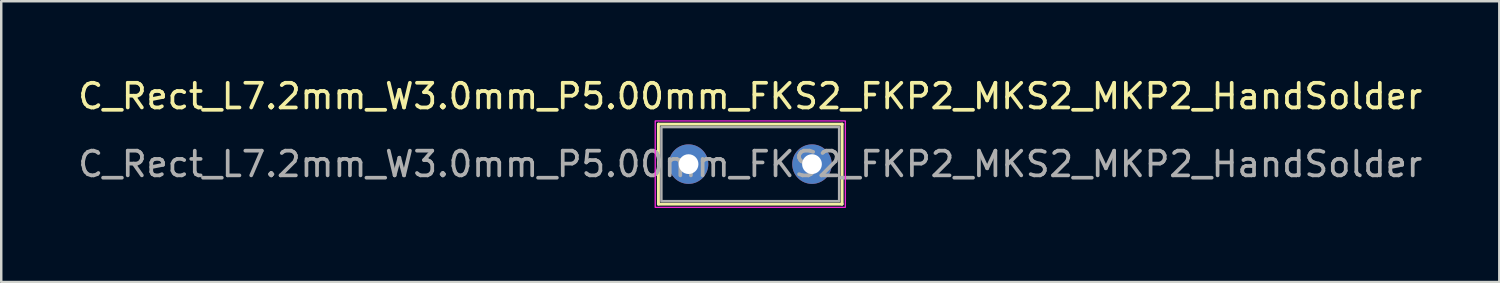
<source format=kicad_pcb>
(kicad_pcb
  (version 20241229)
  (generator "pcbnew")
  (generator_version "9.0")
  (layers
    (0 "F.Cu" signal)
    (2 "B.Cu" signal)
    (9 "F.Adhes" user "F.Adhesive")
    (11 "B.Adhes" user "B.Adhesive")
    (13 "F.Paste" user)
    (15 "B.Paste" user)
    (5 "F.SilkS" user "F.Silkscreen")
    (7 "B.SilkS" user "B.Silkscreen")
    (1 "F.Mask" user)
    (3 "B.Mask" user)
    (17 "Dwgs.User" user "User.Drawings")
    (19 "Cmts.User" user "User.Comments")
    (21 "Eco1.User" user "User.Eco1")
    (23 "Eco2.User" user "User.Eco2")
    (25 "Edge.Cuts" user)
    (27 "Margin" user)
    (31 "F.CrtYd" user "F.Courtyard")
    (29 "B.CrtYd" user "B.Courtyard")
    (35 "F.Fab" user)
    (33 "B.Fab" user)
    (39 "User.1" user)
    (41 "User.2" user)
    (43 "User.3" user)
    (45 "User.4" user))
  (footprint "C_Rect_L7.2mm_W3.0mm_P5.00mm_FKS2_FKP2_MKS2_MKP2_HandSolder"
    (layer "F.Cu")
    (at 24.839 3.598)
    (property "Reference" "C_Rect_L7.2mm_W3.0mm_P5.00mm_FKS2_FKP2_MKS2_MKP2_HandSolder" (at 2.5 -2.75 0) (layer "F.SilkS") (effects (font (size 1 1) (thickness 0.15))))
    (attr through_hole)
    (fp_line (start -1.22 -1.62) (end 6.22 -1.62) (stroke (width 0.12) (type solid)) (layer "F.SilkS"))
    (fp_line (start -1.22 1.62) (end -1.22 -1.62) (stroke (width 0.12) (type solid)) (layer "F.SilkS"))
    (fp_line (start 6.22 -1.62) (end 6.22 1.62) (stroke (width 0.12) (type solid)) (layer "F.SilkS"))
    (fp_line (start 6.22 1.62) (end -1.22 1.62) (stroke (width 0.12) (type solid)) (layer "F.SilkS"))
    (fp_rect (start -1.35 -1.75) (end 6.35 1.75) (stroke (width 0.05) (type solid)) (fill no) (layer "F.CrtYd"))
    (fp_rect (start -1.1 -1.5) (end 6.1 1.5) (stroke (width 0.1) (type solid)) (fill no) (layer "F.Fab"))
    (fp_text user "${REFERENCE}" (at 2.5 0 0) (layer "F.Fab") (effects (font (size 1 1) (thickness 0.15))))
    (pad "1" thru_hole circle (at 0 0) (size 1.6 1.6) (drill 0.8) (layers "*.Cu" "*.Mask"))
    (pad "2" thru_hole circle (at 5 0) (size 1.6 1.6) (drill 0.8) (layers "*.Cu" "*.Mask")))
  (gr_rect
    (start -3 -3)
    (end 57.679 8.373)
    (stroke (width 0.1) (type default))
    (fill no)
    (layer "Edge.Cuts")))
</source>
